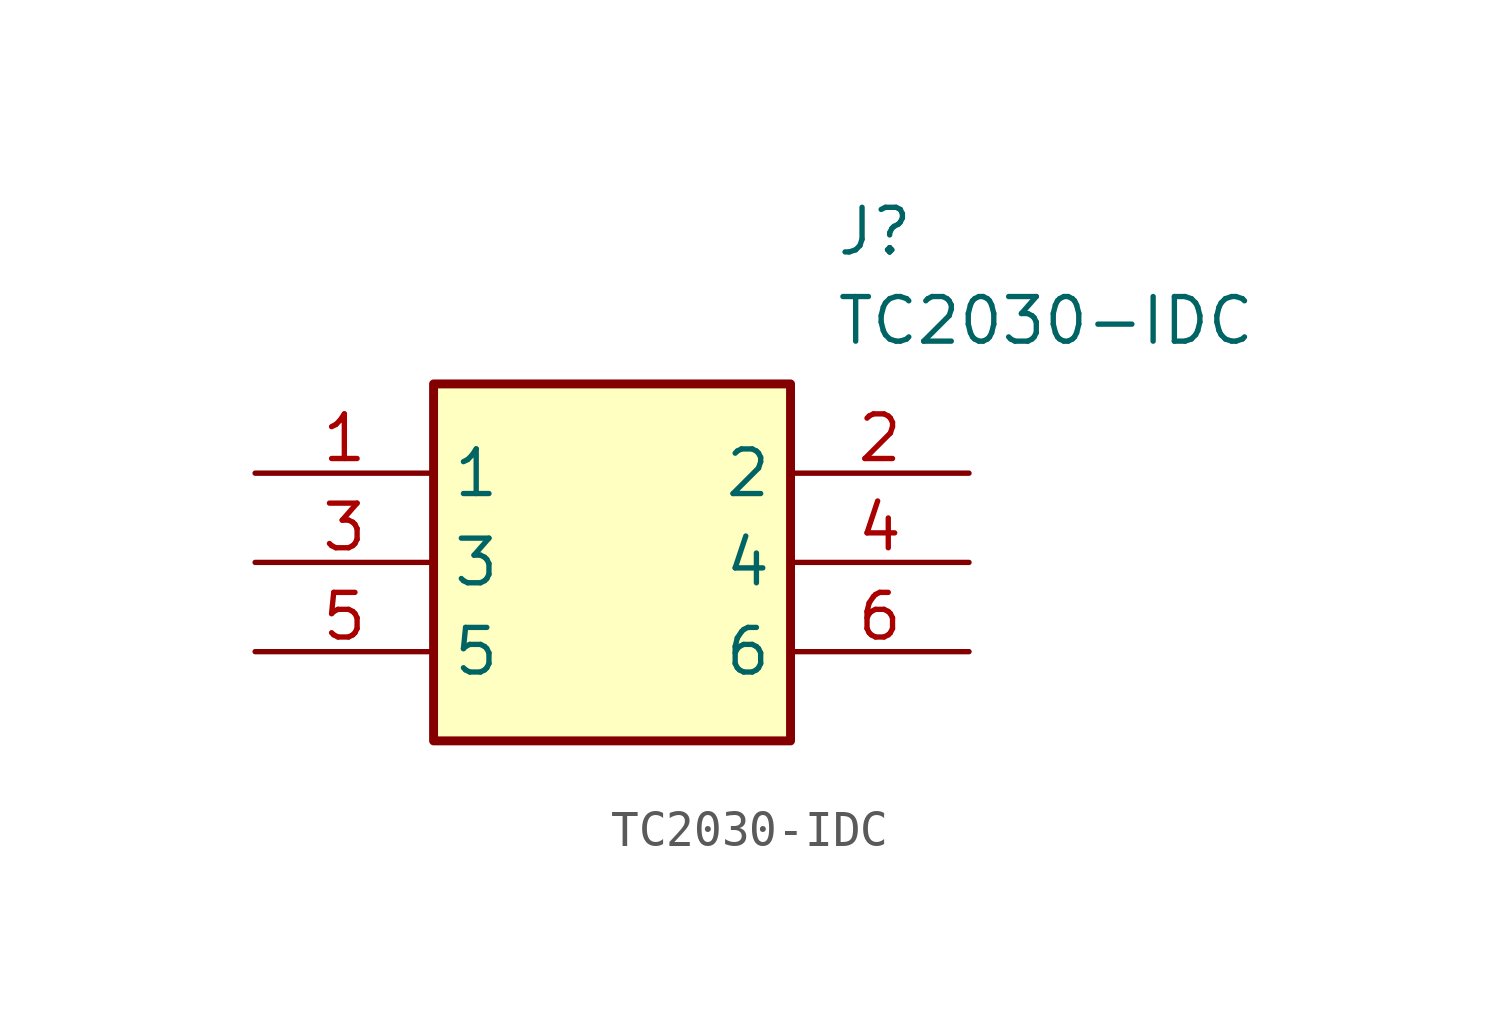
<source format=kicad_sym>
(kicad_symbol_lib
  (version 20211014)
  (generator SamacSys_ECAD_Model)
  (symbol "TC2030-IDC"
    (property "Reference" "J"
      (at 16.51 7.62 0)
      (effects (font (size 1.27 1.27)) (justify left top)))
    (property "Value" "TC2030-IDC"
      (at 16.51 5.08 0)
      (effects (font (size 1.27 1.27)) (justify left top)))
    (rectangle
      (start 5.08 2.54)
      (end 15.24 -7.62)
      (stroke (width 0.254) (type default))
      (fill (type background)))
    (pin passive line
      (at 0 0 0)
      (length 5.08)
      (name "1" (effects (font (size 1.27 1.27))))
      (number "1" (effects (font (size 1.27 1.27)))))
    (pin passive line
      (at 20.32 0 180)
      (length 5.08)
      (name "2" (effects (font (size 1.27 1.27))))
      (number "2" (effects (font (size 1.27 1.27)))))
    (pin passive line
      (at 0 -2.54 0)
      (length 5.08)
      (name "3" (effects (font (size 1.27 1.27))))
      (number "3" (effects (font (size 1.27 1.27)))))
    (pin passive line
      (at 20.32 -2.54 180)
      (length 5.08)
      (name "4" (effects (font (size 1.27 1.27))))
      (number "4" (effects (font (size 1.27 1.27)))))
    (pin passive line
      (at 0 -5.08 0)
      (length 5.08)
      (name "5" (effects (font (size 1.27 1.27))))
      (number "5" (effects (font (size 1.27 1.27)))))
    (pin passive line
      (at 20.32 -5.08 180)
      (length 5.08)
      (name "6" (effects (font (size 1.27 1.27))))
      (number "6" (effects (font (size 1.27 1.27)))))))
</source>
